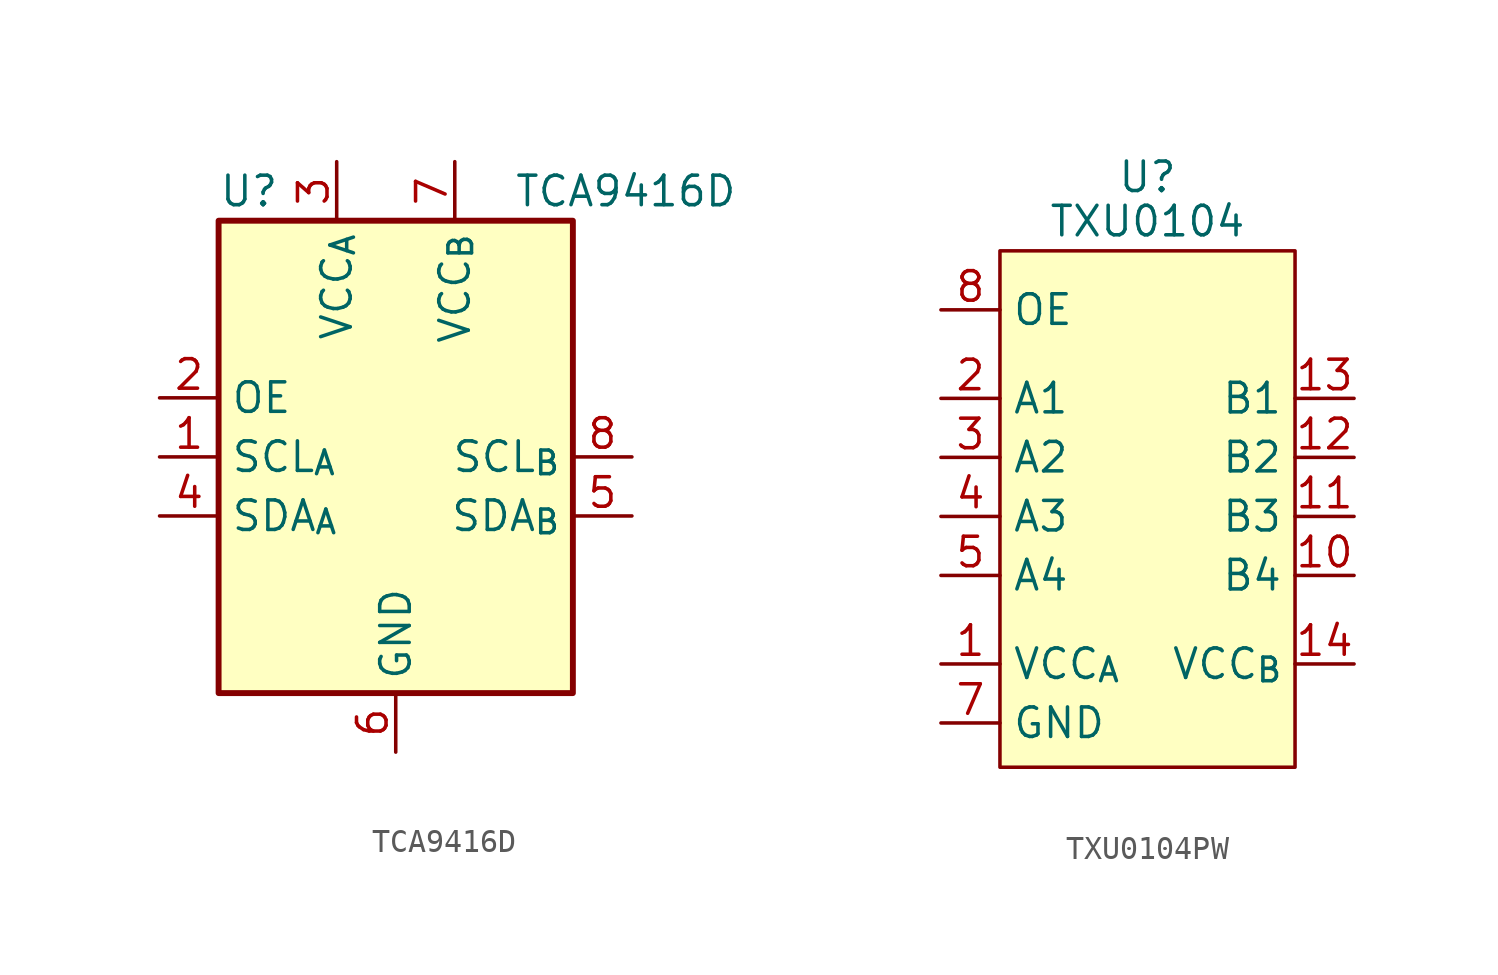
<source format=kicad_sym>
(kicad_symbol_lib
  (version 20220914)
  (generator kicad_symbol_editor)
  (symbol "TCA9416D"
    (property "Reference" "U"
      (at -7.62 11.43 0)
      (effects (font (size 1.27 1.27)) (justify left)))
    (property "Value" "TCA9416D"
      (at 5.08 11.43 0)
      (effects (font (size 1.27 1.27)) (justify left)))
    (symbol "TCA9416D_0_1"
      (rectangle (start -7.62 10.16) (end 7.62 -10.16) (stroke (width 0.254) (type default)) (fill (type background))))
    (symbol "TCA9416D_1_1"
      (pin bidirectional line (at -10.16 0 0) (length 2.54) (name "SCL_{A}" (effects (font (size 1.27 1.27)))) (number "1" (effects (font (size 1.27 1.27)))))
      (pin input line (at -10.16 2.54 0) (length 2.54) (name "OE" (effects (font (size 1.27 1.27)))) (number "2" (effects (font (size 1.27 1.27)))))
      (pin power_in line (at -2.54 12.7 270) (length 2.54) (name "VCC_{A}" (effects (font (size 1.27 1.27)))) (number "3" (effects (font (size 1.27 1.27)))))
      (pin bidirectional line (at -10.16 -2.54 0) (length 2.54) (name "SDA_{A}" (effects (font (size 1.27 1.27)))) (number "4" (effects (font (size 1.27 1.27)))))
      (pin bidirectional line (at 10.16 -2.54 180) (length 2.54) (name "SDA_{B}" (effects (font (size 1.27 1.27)))) (number "5" (effects (font (size 1.27 1.27)))))
      (pin passive line (at 0 -12.7 90) (length 2.54) (name "GND" (effects (font (size 1.27 1.27)))) (number "6" (effects (font (size 1.27 1.27)))))
      (pin power_in line (at 2.54 12.7 270) (length 2.54) (name "VCC_{B}" (effects (font (size 1.27 1.27)))) (number "7" (effects (font (size 1.27 1.27)))))
      (pin bidirectional line (at 10.16 0 180) (length 2.54) (name "SCL_{B}" (effects (font (size 1.27 1.27)))) (number "8" (effects (font (size 1.27 1.27)))))))
  (symbol "TXU0104PW"
    (property "Reference" "U"
      (at 0 3.175 0)
      (effects (font (size 1.27 1.27))))
    (property "Value" "TXU0104"
      (at 0 1.27 0)
      (effects (font (size 1.27 1.27))))
    (symbol "TXU0104PW_0_1"
      (rectangle (start -6.35 0) (end 6.35 -22.225) (stroke (width 0) (type default)) (fill (type background))))
    (symbol "TXU0104PW_1_1"
      (pin power_in line (at -8.89 -17.78 0) (length 2.54) (name "VCC_{A}" (effects (font (size 1.27 1.27)))) (number "1" (effects (font (size 1.27 1.27)))))
      (pin output line (at 8.89 -13.97 180) (length 2.54) (name "B4" (effects (font (size 1.27 1.27)))) (number "10" (effects (font (size 1.27 1.27)))))
      (pin output line (at 8.89 -11.43 180) (length 2.54) (name "B3" (effects (font (size 1.27 1.27)))) (number "11" (effects (font (size 1.27 1.27)))))
      (pin output line (at 8.89 -8.89 180) (length 2.54) (name "B2" (effects (font (size 1.27 1.27)))) (number "12" (effects (font (size 1.27 1.27)))))
      (pin output line (at 8.89 -6.35 180) (length 2.54) (name "B1" (effects (font (size 1.27 1.27)))) (number "13" (effects (font (size 1.27 1.27)))))
      (pin power_in line (at 8.89 -17.78 180) (length 2.54) (name "VCC_{B}" (effects (font (size 1.27 1.27)))) (number "14" (effects (font (size 1.27 1.27)))))
      (pin input line (at -8.89 -6.35 0) (length 2.54) (name "A1" (effects (font (size 1.27 1.27)))) (number "2" (effects (font (size 1.27 1.27)))))
      (pin input line (at -8.89 -8.89 0) (length 2.54) (name "A2" (effects (font (size 1.27 1.27)))) (number "3" (effects (font (size 1.27 1.27)))))
      (pin input line (at -8.89 -11.43 0) (length 2.54) (name "A3" (effects (font (size 1.27 1.27)))) (number "4" (effects (font (size 1.27 1.27)))))
      (pin input line (at -8.89 -13.97 0) (length 2.54) (name "A4" (effects (font (size 1.27 1.27)))) (number "5" (effects (font (size 1.27 1.27)))))
      (pin no_connect line (at 8.89 -2.54 180) (length 2.54) hide (name "NC1" (effects (font (size 1.27 1.27)))) (number "6" (effects (font (size 1.27 1.27)))))
      (pin power_in line (at -8.89 -20.32 0) (length 2.54) (name "GND" (effects (font (size 1.27 1.27)))) (number "7" (effects (font (size 1.27 1.27)))))
      (pin input line (at -8.89 -2.54 0) (length 2.54) (name "OE" (effects (font (size 1.27 1.27)))) (number "8" (effects (font (size 1.27 1.27)))))
      (pin no_connect line (at 8.89 -3.175 180) (length 2.54) hide (name "NC2" (effects (font (size 1.27 1.27)))) (number "9" (effects (font (size 1.27 1.27))))))))
</source>
